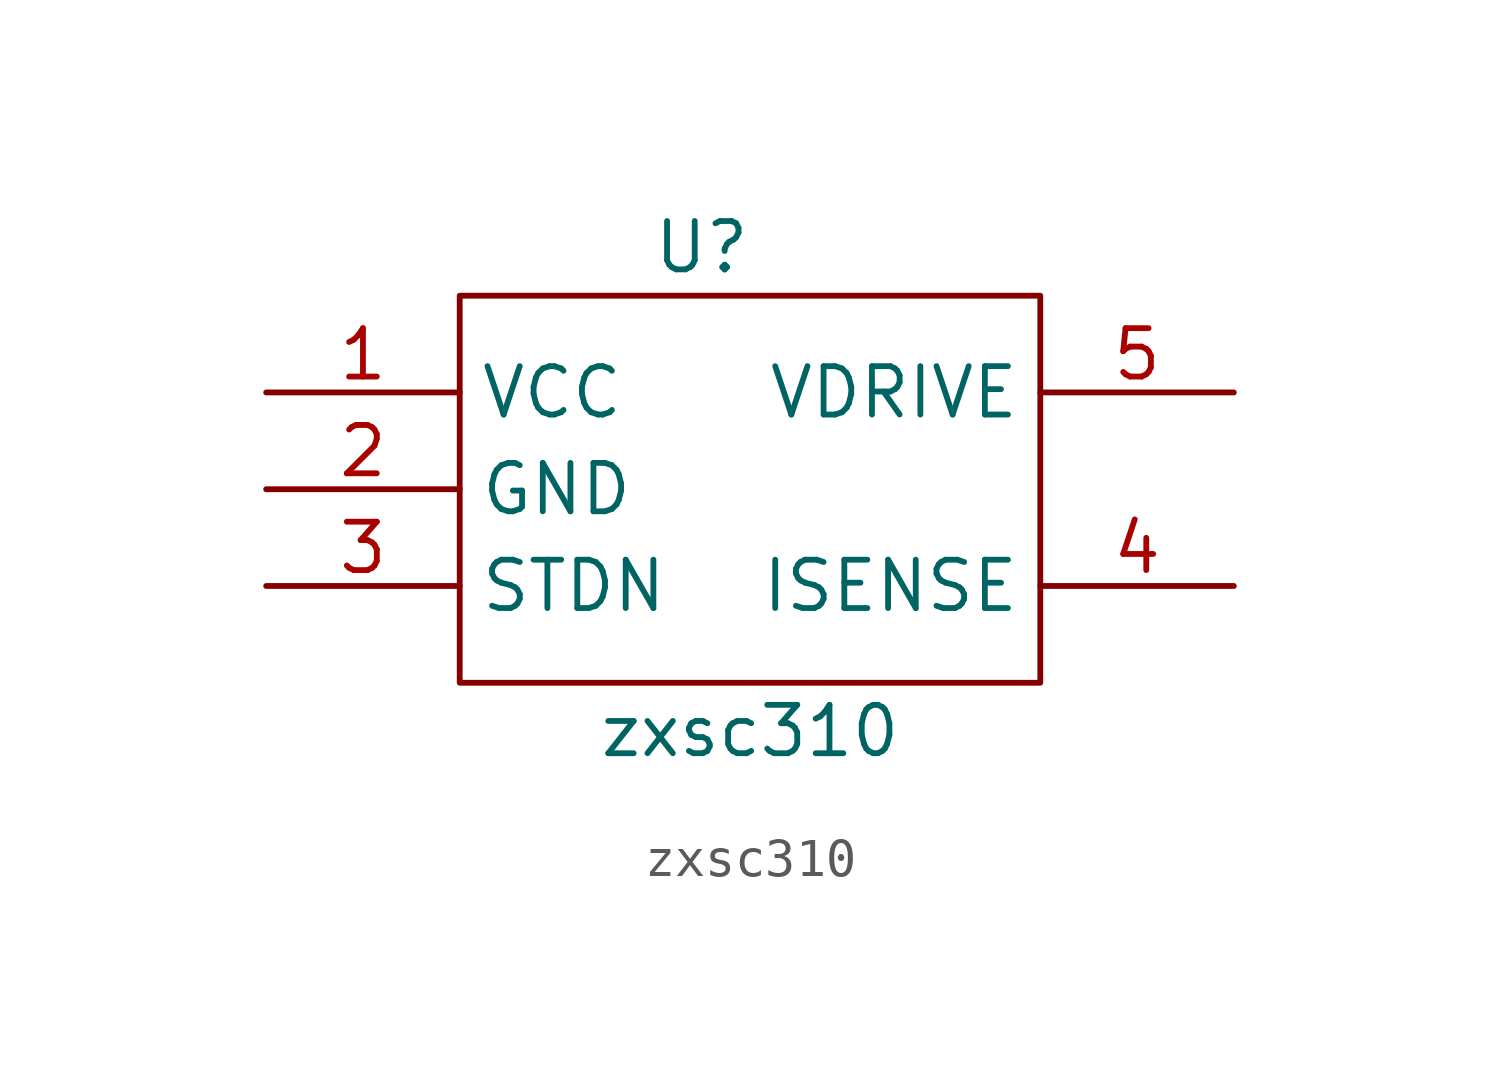
<source format=kicad_sym>
(kicad_symbol_lib
  (version 20211014)
  (generator kicad_symbol_editor)
  (symbol "zxsc310"
    (property "Reference" "U"
      (at 0 0 0)
      (effects (font (size 1.27 1.27))))
    (property "Value" "zxsc310"
      (at 1.27 -12.7 0)
      (effects (font (size 1.27 1.27))))
    (symbol "zxsc310_0_1"
      (rectangle (start -6.35 -1.27) (end 8.89 -11.43) (stroke (width 0.152) (type default) (color 0 0 0 0)) (fill (type none))))
    (symbol "zxsc310_1_1"
      (pin power_in line (at -11.43 -3.81 0) (length 5.08) (name "VCC" (effects (font (size 1.27 1.27)))) (number "1" (effects (font (size 1.27 1.27)))))
      (pin power_in line (at -11.43 -6.35 0) (length 5.08) (name "GND" (effects (font (size 1.27 1.27)))) (number "2" (effects (font (size 1.27 1.27)))))
      (pin input line (at -11.43 -8.89 0) (length 5.08) (name "STDN" (effects (font (size 1.27 1.27)))) (number "3" (effects (font (size 1.27 1.27)))))
      (pin input line (at 13.97 -8.89 180) (length 5.08) (name "ISENSE" (effects (font (size 1.27 1.27)))) (number "4" (effects (font (size 1.27 1.27)))))
      (pin output line (at 13.97 -3.81 180) (length 5.08) (name "VDRIVE" (effects (font (size 1.27 1.27)))) (number "5" (effects (font (size 1.27 1.27))))))))
</source>
